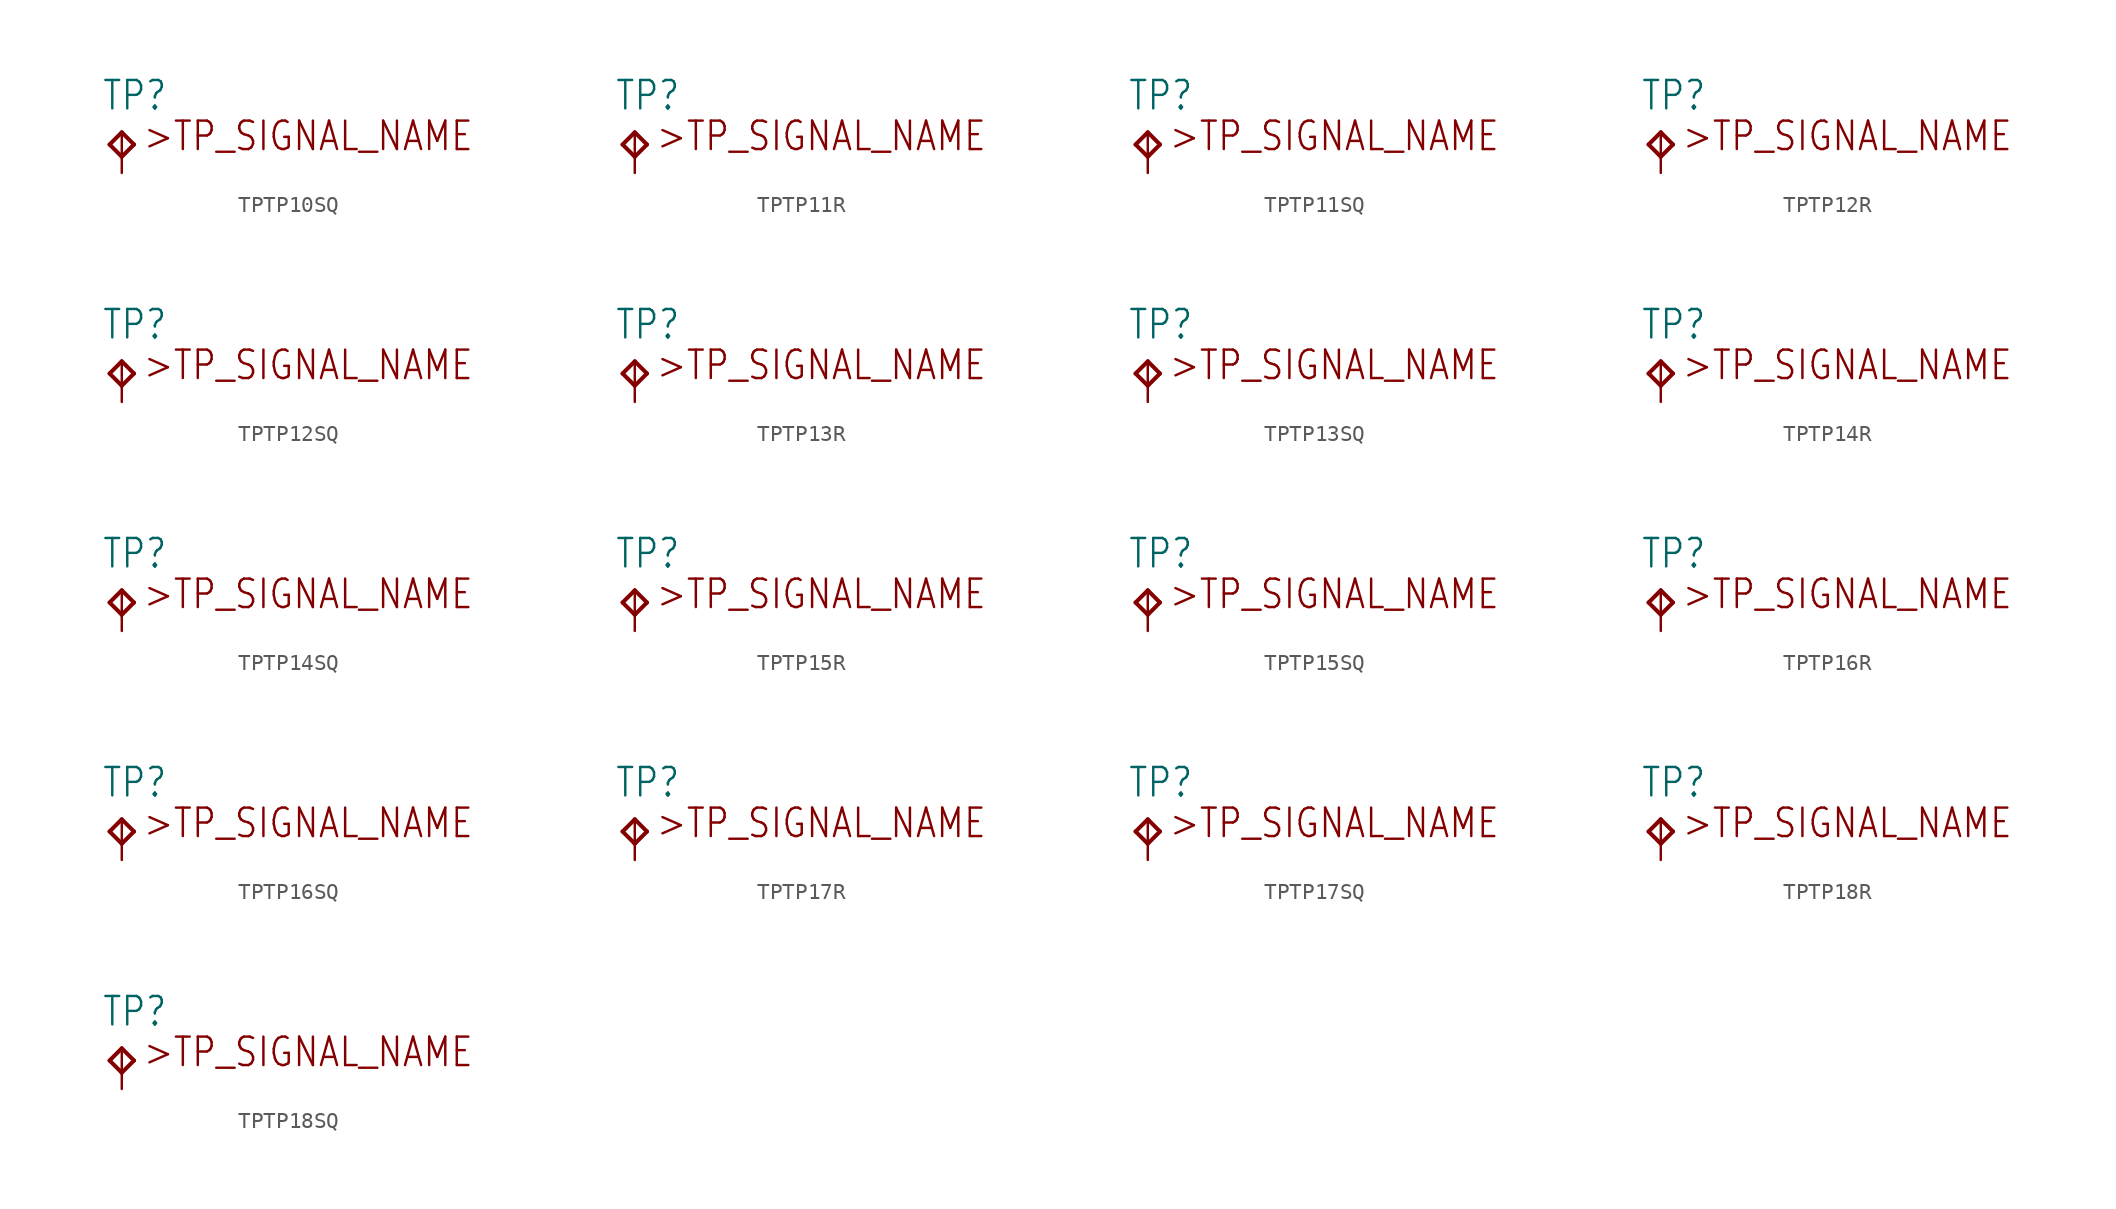
<source format=kicad_sym>
(kicad_symbol_lib
  (version 20211014)
  (generator kicad_symbol_editor)
  (symbol "TPTP10SQ"
    (property "Reference" "TP"
      (at -1.27 1.27 0)
      (effects (font (size 1.778 1.511)) (justify left bottom)))
    (property "ki_locked" ""
      (at 0 0 0)
      (effects (font (size 1.27 1.27))))
    (symbol "TPTP10SQ_1_0"
      (polyline (pts (xy -0.762 -0.762) (xy 0 0)) (stroke (width 0.254) (type default) (color 0 0 0 0)) (fill (type none)))
      (polyline (pts (xy 0 -1.524) (xy -0.762 -0.762)) (stroke (width 0.254) (type default) (color 0 0 0 0)) (fill (type none)))
      (polyline (pts (xy 0 0) (xy 0.762 -0.762)) (stroke (width 0.254) (type default) (color 0 0 0 0)) (fill (type none)))
      (polyline (pts (xy 0.762 -0.762) (xy 0 -1.524)) (stroke (width 0.254) (type default) (color 0 0 0 0)) (fill (type none)))
      (text ">TP_SIGNAL_NAME" (at 1.27 -1.27 0) (effects (font (size 1.778 1.511)) (justify left bottom)))
      (pin input line (at 0 -2.54 90) (length 2.54) (name "TP" (effects (font (size 0 0)))) (number "TP" (effects (font (size 0 0)))))))
  (symbol "TPTP11R"
    (property "Reference" "TP"
      (at -1.27 1.27 0)
      (effects (font (size 1.778 1.511)) (justify left bottom)))
    (property "ki_locked" ""
      (at 0 0 0)
      (effects (font (size 1.27 1.27))))
    (symbol "TPTP11R_1_0"
      (polyline (pts (xy -0.762 -0.762) (xy 0 0)) (stroke (width 0.254) (type default) (color 0 0 0 0)) (fill (type none)))
      (polyline (pts (xy 0 -1.524) (xy -0.762 -0.762)) (stroke (width 0.254) (type default) (color 0 0 0 0)) (fill (type none)))
      (polyline (pts (xy 0 0) (xy 0.762 -0.762)) (stroke (width 0.254) (type default) (color 0 0 0 0)) (fill (type none)))
      (polyline (pts (xy 0.762 -0.762) (xy 0 -1.524)) (stroke (width 0.254) (type default) (color 0 0 0 0)) (fill (type none)))
      (text ">TP_SIGNAL_NAME" (at 1.27 -1.27 0) (effects (font (size 1.778 1.511)) (justify left bottom)))
      (pin input line (at 0 -2.54 90) (length 2.54) (name "TP" (effects (font (size 0 0)))) (number "TP" (effects (font (size 0 0)))))))
  (symbol "TPTP11SQ"
    (property "Reference" "TP"
      (at -1.27 1.27 0)
      (effects (font (size 1.778 1.511)) (justify left bottom)))
    (property "ki_locked" ""
      (at 0 0 0)
      (effects (font (size 1.27 1.27))))
    (symbol "TPTP11SQ_1_0"
      (polyline (pts (xy -0.762 -0.762) (xy 0 0)) (stroke (width 0.254) (type default) (color 0 0 0 0)) (fill (type none)))
      (polyline (pts (xy 0 -1.524) (xy -0.762 -0.762)) (stroke (width 0.254) (type default) (color 0 0 0 0)) (fill (type none)))
      (polyline (pts (xy 0 0) (xy 0.762 -0.762)) (stroke (width 0.254) (type default) (color 0 0 0 0)) (fill (type none)))
      (polyline (pts (xy 0.762 -0.762) (xy 0 -1.524)) (stroke (width 0.254) (type default) (color 0 0 0 0)) (fill (type none)))
      (text ">TP_SIGNAL_NAME" (at 1.27 -1.27 0) (effects (font (size 1.778 1.511)) (justify left bottom)))
      (pin input line (at 0 -2.54 90) (length 2.54) (name "TP" (effects (font (size 0 0)))) (number "TP" (effects (font (size 0 0)))))))
  (symbol "TPTP12R"
    (property "Reference" "TP"
      (at -1.27 1.27 0)
      (effects (font (size 1.778 1.511)) (justify left bottom)))
    (property "ki_locked" ""
      (at 0 0 0)
      (effects (font (size 1.27 1.27))))
    (symbol "TPTP12R_1_0"
      (polyline (pts (xy -0.762 -0.762) (xy 0 0)) (stroke (width 0.254) (type default) (color 0 0 0 0)) (fill (type none)))
      (polyline (pts (xy 0 -1.524) (xy -0.762 -0.762)) (stroke (width 0.254) (type default) (color 0 0 0 0)) (fill (type none)))
      (polyline (pts (xy 0 0) (xy 0.762 -0.762)) (stroke (width 0.254) (type default) (color 0 0 0 0)) (fill (type none)))
      (polyline (pts (xy 0.762 -0.762) (xy 0 -1.524)) (stroke (width 0.254) (type default) (color 0 0 0 0)) (fill (type none)))
      (text ">TP_SIGNAL_NAME" (at 1.27 -1.27 0) (effects (font (size 1.778 1.511)) (justify left bottom)))
      (pin input line (at 0 -2.54 90) (length 2.54) (name "TP" (effects (font (size 0 0)))) (number "TP" (effects (font (size 0 0)))))))
  (symbol "TPTP12SQ"
    (property "Reference" "TP"
      (at -1.27 1.27 0)
      (effects (font (size 1.778 1.511)) (justify left bottom)))
    (property "ki_locked" ""
      (at 0 0 0)
      (effects (font (size 1.27 1.27))))
    (symbol "TPTP12SQ_1_0"
      (polyline (pts (xy -0.762 -0.762) (xy 0 0)) (stroke (width 0.254) (type default) (color 0 0 0 0)) (fill (type none)))
      (polyline (pts (xy 0 -1.524) (xy -0.762 -0.762)) (stroke (width 0.254) (type default) (color 0 0 0 0)) (fill (type none)))
      (polyline (pts (xy 0 0) (xy 0.762 -0.762)) (stroke (width 0.254) (type default) (color 0 0 0 0)) (fill (type none)))
      (polyline (pts (xy 0.762 -0.762) (xy 0 -1.524)) (stroke (width 0.254) (type default) (color 0 0 0 0)) (fill (type none)))
      (text ">TP_SIGNAL_NAME" (at 1.27 -1.27 0) (effects (font (size 1.778 1.511)) (justify left bottom)))
      (pin input line (at 0 -2.54 90) (length 2.54) (name "TP" (effects (font (size 0 0)))) (number "TP" (effects (font (size 0 0)))))))
  (symbol "TPTP13R"
    (property "Reference" "TP"
      (at -1.27 1.27 0)
      (effects (font (size 1.778 1.511)) (justify left bottom)))
    (property "ki_locked" ""
      (at 0 0 0)
      (effects (font (size 1.27 1.27))))
    (symbol "TPTP13R_1_0"
      (polyline (pts (xy -0.762 -0.762) (xy 0 0)) (stroke (width 0.254) (type default) (color 0 0 0 0)) (fill (type none)))
      (polyline (pts (xy 0 -1.524) (xy -0.762 -0.762)) (stroke (width 0.254) (type default) (color 0 0 0 0)) (fill (type none)))
      (polyline (pts (xy 0 0) (xy 0.762 -0.762)) (stroke (width 0.254) (type default) (color 0 0 0 0)) (fill (type none)))
      (polyline (pts (xy 0.762 -0.762) (xy 0 -1.524)) (stroke (width 0.254) (type default) (color 0 0 0 0)) (fill (type none)))
      (text ">TP_SIGNAL_NAME" (at 1.27 -1.27 0) (effects (font (size 1.778 1.511)) (justify left bottom)))
      (pin input line (at 0 -2.54 90) (length 2.54) (name "TP" (effects (font (size 0 0)))) (number "TP" (effects (font (size 0 0)))))))
  (symbol "TPTP13SQ"
    (property "Reference" "TP"
      (at -1.27 1.27 0)
      (effects (font (size 1.778 1.511)) (justify left bottom)))
    (property "ki_locked" ""
      (at 0 0 0)
      (effects (font (size 1.27 1.27))))
    (symbol "TPTP13SQ_1_0"
      (polyline (pts (xy -0.762 -0.762) (xy 0 0)) (stroke (width 0.254) (type default) (color 0 0 0 0)) (fill (type none)))
      (polyline (pts (xy 0 -1.524) (xy -0.762 -0.762)) (stroke (width 0.254) (type default) (color 0 0 0 0)) (fill (type none)))
      (polyline (pts (xy 0 0) (xy 0.762 -0.762)) (stroke (width 0.254) (type default) (color 0 0 0 0)) (fill (type none)))
      (polyline (pts (xy 0.762 -0.762) (xy 0 -1.524)) (stroke (width 0.254) (type default) (color 0 0 0 0)) (fill (type none)))
      (text ">TP_SIGNAL_NAME" (at 1.27 -1.27 0) (effects (font (size 1.778 1.511)) (justify left bottom)))
      (pin input line (at 0 -2.54 90) (length 2.54) (name "TP" (effects (font (size 0 0)))) (number "TP" (effects (font (size 0 0)))))))
  (symbol "TPTP14R"
    (property "Reference" "TP"
      (at -1.27 1.27 0)
      (effects (font (size 1.778 1.511)) (justify left bottom)))
    (property "ki_locked" ""
      (at 0 0 0)
      (effects (font (size 1.27 1.27))))
    (symbol "TPTP14R_1_0"
      (polyline (pts (xy -0.762 -0.762) (xy 0 0)) (stroke (width 0.254) (type default) (color 0 0 0 0)) (fill (type none)))
      (polyline (pts (xy 0 -1.524) (xy -0.762 -0.762)) (stroke (width 0.254) (type default) (color 0 0 0 0)) (fill (type none)))
      (polyline (pts (xy 0 0) (xy 0.762 -0.762)) (stroke (width 0.254) (type default) (color 0 0 0 0)) (fill (type none)))
      (polyline (pts (xy 0.762 -0.762) (xy 0 -1.524)) (stroke (width 0.254) (type default) (color 0 0 0 0)) (fill (type none)))
      (text ">TP_SIGNAL_NAME" (at 1.27 -1.27 0) (effects (font (size 1.778 1.511)) (justify left bottom)))
      (pin input line (at 0 -2.54 90) (length 2.54) (name "TP" (effects (font (size 0 0)))) (number "TP" (effects (font (size 0 0)))))))
  (symbol "TPTP14SQ"
    (property "Reference" "TP"
      (at -1.27 1.27 0)
      (effects (font (size 1.778 1.511)) (justify left bottom)))
    (property "ki_locked" ""
      (at 0 0 0)
      (effects (font (size 1.27 1.27))))
    (symbol "TPTP14SQ_1_0"
      (polyline (pts (xy -0.762 -0.762) (xy 0 0)) (stroke (width 0.254) (type default) (color 0 0 0 0)) (fill (type none)))
      (polyline (pts (xy 0 -1.524) (xy -0.762 -0.762)) (stroke (width 0.254) (type default) (color 0 0 0 0)) (fill (type none)))
      (polyline (pts (xy 0 0) (xy 0.762 -0.762)) (stroke (width 0.254) (type default) (color 0 0 0 0)) (fill (type none)))
      (polyline (pts (xy 0.762 -0.762) (xy 0 -1.524)) (stroke (width 0.254) (type default) (color 0 0 0 0)) (fill (type none)))
      (text ">TP_SIGNAL_NAME" (at 1.27 -1.27 0) (effects (font (size 1.778 1.511)) (justify left bottom)))
      (pin input line (at 0 -2.54 90) (length 2.54) (name "TP" (effects (font (size 0 0)))) (number "TP" (effects (font (size 0 0)))))))
  (symbol "TPTP15R"
    (property "Reference" "TP"
      (at -1.27 1.27 0)
      (effects (font (size 1.778 1.511)) (justify left bottom)))
    (property "ki_locked" ""
      (at 0 0 0)
      (effects (font (size 1.27 1.27))))
    (symbol "TPTP15R_1_0"
      (polyline (pts (xy -0.762 -0.762) (xy 0 0)) (stroke (width 0.254) (type default) (color 0 0 0 0)) (fill (type none)))
      (polyline (pts (xy 0 -1.524) (xy -0.762 -0.762)) (stroke (width 0.254) (type default) (color 0 0 0 0)) (fill (type none)))
      (polyline (pts (xy 0 0) (xy 0.762 -0.762)) (stroke (width 0.254) (type default) (color 0 0 0 0)) (fill (type none)))
      (polyline (pts (xy 0.762 -0.762) (xy 0 -1.524)) (stroke (width 0.254) (type default) (color 0 0 0 0)) (fill (type none)))
      (text ">TP_SIGNAL_NAME" (at 1.27 -1.27 0) (effects (font (size 1.778 1.511)) (justify left bottom)))
      (pin input line (at 0 -2.54 90) (length 2.54) (name "TP" (effects (font (size 0 0)))) (number "TP" (effects (font (size 0 0)))))))
  (symbol "TPTP15SQ"
    (property "Reference" "TP"
      (at -1.27 1.27 0)
      (effects (font (size 1.778 1.511)) (justify left bottom)))
    (property "ki_locked" ""
      (at 0 0 0)
      (effects (font (size 1.27 1.27))))
    (symbol "TPTP15SQ_1_0"
      (polyline (pts (xy -0.762 -0.762) (xy 0 0)) (stroke (width 0.254) (type default) (color 0 0 0 0)) (fill (type none)))
      (polyline (pts (xy 0 -1.524) (xy -0.762 -0.762)) (stroke (width 0.254) (type default) (color 0 0 0 0)) (fill (type none)))
      (polyline (pts (xy 0 0) (xy 0.762 -0.762)) (stroke (width 0.254) (type default) (color 0 0 0 0)) (fill (type none)))
      (polyline (pts (xy 0.762 -0.762) (xy 0 -1.524)) (stroke (width 0.254) (type default) (color 0 0 0 0)) (fill (type none)))
      (text ">TP_SIGNAL_NAME" (at 1.27 -1.27 0) (effects (font (size 1.778 1.511)) (justify left bottom)))
      (pin input line (at 0 -2.54 90) (length 2.54) (name "TP" (effects (font (size 0 0)))) (number "TP" (effects (font (size 0 0)))))))
  (symbol "TPTP16R"
    (property "Reference" "TP"
      (at -1.27 1.27 0)
      (effects (font (size 1.778 1.511)) (justify left bottom)))
    (property "ki_locked" ""
      (at 0 0 0)
      (effects (font (size 1.27 1.27))))
    (symbol "TPTP16R_1_0"
      (polyline (pts (xy -0.762 -0.762) (xy 0 0)) (stroke (width 0.254) (type default) (color 0 0 0 0)) (fill (type none)))
      (polyline (pts (xy 0 -1.524) (xy -0.762 -0.762)) (stroke (width 0.254) (type default) (color 0 0 0 0)) (fill (type none)))
      (polyline (pts (xy 0 0) (xy 0.762 -0.762)) (stroke (width 0.254) (type default) (color 0 0 0 0)) (fill (type none)))
      (polyline (pts (xy 0.762 -0.762) (xy 0 -1.524)) (stroke (width 0.254) (type default) (color 0 0 0 0)) (fill (type none)))
      (text ">TP_SIGNAL_NAME" (at 1.27 -1.27 0) (effects (font (size 1.778 1.511)) (justify left bottom)))
      (pin input line (at 0 -2.54 90) (length 2.54) (name "TP" (effects (font (size 0 0)))) (number "TP" (effects (font (size 0 0)))))))
  (symbol "TPTP16SQ"
    (property "Reference" "TP"
      (at -1.27 1.27 0)
      (effects (font (size 1.778 1.511)) (justify left bottom)))
    (property "ki_locked" ""
      (at 0 0 0)
      (effects (font (size 1.27 1.27))))
    (symbol "TPTP16SQ_1_0"
      (polyline (pts (xy -0.762 -0.762) (xy 0 0)) (stroke (width 0.254) (type default) (color 0 0 0 0)) (fill (type none)))
      (polyline (pts (xy 0 -1.524) (xy -0.762 -0.762)) (stroke (width 0.254) (type default) (color 0 0 0 0)) (fill (type none)))
      (polyline (pts (xy 0 0) (xy 0.762 -0.762)) (stroke (width 0.254) (type default) (color 0 0 0 0)) (fill (type none)))
      (polyline (pts (xy 0.762 -0.762) (xy 0 -1.524)) (stroke (width 0.254) (type default) (color 0 0 0 0)) (fill (type none)))
      (text ">TP_SIGNAL_NAME" (at 1.27 -1.27 0) (effects (font (size 1.778 1.511)) (justify left bottom)))
      (pin input line (at 0 -2.54 90) (length 2.54) (name "TP" (effects (font (size 0 0)))) (number "TP" (effects (font (size 0 0)))))))
  (symbol "TPTP17R"
    (property "Reference" "TP"
      (at -1.27 1.27 0)
      (effects (font (size 1.778 1.511)) (justify left bottom)))
    (property "ki_locked" ""
      (at 0 0 0)
      (effects (font (size 1.27 1.27))))
    (symbol "TPTP17R_1_0"
      (polyline (pts (xy -0.762 -0.762) (xy 0 0)) (stroke (width 0.254) (type default) (color 0 0 0 0)) (fill (type none)))
      (polyline (pts (xy 0 -1.524) (xy -0.762 -0.762)) (stroke (width 0.254) (type default) (color 0 0 0 0)) (fill (type none)))
      (polyline (pts (xy 0 0) (xy 0.762 -0.762)) (stroke (width 0.254) (type default) (color 0 0 0 0)) (fill (type none)))
      (polyline (pts (xy 0.762 -0.762) (xy 0 -1.524)) (stroke (width 0.254) (type default) (color 0 0 0 0)) (fill (type none)))
      (text ">TP_SIGNAL_NAME" (at 1.27 -1.27 0) (effects (font (size 1.778 1.511)) (justify left bottom)))
      (pin input line (at 0 -2.54 90) (length 2.54) (name "TP" (effects (font (size 0 0)))) (number "TP" (effects (font (size 0 0)))))))
  (symbol "TPTP17SQ"
    (property "Reference" "TP"
      (at -1.27 1.27 0)
      (effects (font (size 1.778 1.511)) (justify left bottom)))
    (property "ki_locked" ""
      (at 0 0 0)
      (effects (font (size 1.27 1.27))))
    (symbol "TPTP17SQ_1_0"
      (polyline (pts (xy -0.762 -0.762) (xy 0 0)) (stroke (width 0.254) (type default) (color 0 0 0 0)) (fill (type none)))
      (polyline (pts (xy 0 -1.524) (xy -0.762 -0.762)) (stroke (width 0.254) (type default) (color 0 0 0 0)) (fill (type none)))
      (polyline (pts (xy 0 0) (xy 0.762 -0.762)) (stroke (width 0.254) (type default) (color 0 0 0 0)) (fill (type none)))
      (polyline (pts (xy 0.762 -0.762) (xy 0 -1.524)) (stroke (width 0.254) (type default) (color 0 0 0 0)) (fill (type none)))
      (text ">TP_SIGNAL_NAME" (at 1.27 -1.27 0) (effects (font (size 1.778 1.511)) (justify left bottom)))
      (pin input line (at 0 -2.54 90) (length 2.54) (name "TP" (effects (font (size 0 0)))) (number "TP" (effects (font (size 0 0)))))))
  (symbol "TPTP18R"
    (property "Reference" "TP"
      (at -1.27 1.27 0)
      (effects (font (size 1.778 1.511)) (justify left bottom)))
    (property "ki_locked" ""
      (at 0 0 0)
      (effects (font (size 1.27 1.27))))
    (symbol "TPTP18R_1_0"
      (polyline (pts (xy -0.762 -0.762) (xy 0 0)) (stroke (width 0.254) (type default) (color 0 0 0 0)) (fill (type none)))
      (polyline (pts (xy 0 -1.524) (xy -0.762 -0.762)) (stroke (width 0.254) (type default) (color 0 0 0 0)) (fill (type none)))
      (polyline (pts (xy 0 0) (xy 0.762 -0.762)) (stroke (width 0.254) (type default) (color 0 0 0 0)) (fill (type none)))
      (polyline (pts (xy 0.762 -0.762) (xy 0 -1.524)) (stroke (width 0.254) (type default) (color 0 0 0 0)) (fill (type none)))
      (text ">TP_SIGNAL_NAME" (at 1.27 -1.27 0) (effects (font (size 1.778 1.511)) (justify left bottom)))
      (pin input line (at 0 -2.54 90) (length 2.54) (name "TP" (effects (font (size 0 0)))) (number "TP" (effects (font (size 0 0)))))))
  (symbol "TPTP18SQ"
    (property "Reference" "TP"
      (at -1.27 1.27 0)
      (effects (font (size 1.778 1.511)) (justify left bottom)))
    (property "ki_locked" ""
      (at 0 0 0)
      (effects (font (size 1.27 1.27))))
    (symbol "TPTP18SQ_1_0"
      (polyline (pts (xy -0.762 -0.762) (xy 0 0)) (stroke (width 0.254) (type default) (color 0 0 0 0)) (fill (type none)))
      (polyline (pts (xy 0 -1.524) (xy -0.762 -0.762)) (stroke (width 0.254) (type default) (color 0 0 0 0)) (fill (type none)))
      (polyline (pts (xy 0 0) (xy 0.762 -0.762)) (stroke (width 0.254) (type default) (color 0 0 0 0)) (fill (type none)))
      (polyline (pts (xy 0.762 -0.762) (xy 0 -1.524)) (stroke (width 0.254) (type default) (color 0 0 0 0)) (fill (type none)))
      (text ">TP_SIGNAL_NAME" (at 1.27 -1.27 0) (effects (font (size 1.778 1.511)) (justify left bottom)))
      (pin input line (at 0 -2.54 90) (length 2.54) (name "TP" (effects (font (size 0 0)))) (number "TP" (effects (font (size 0 0))))))))
</source>
